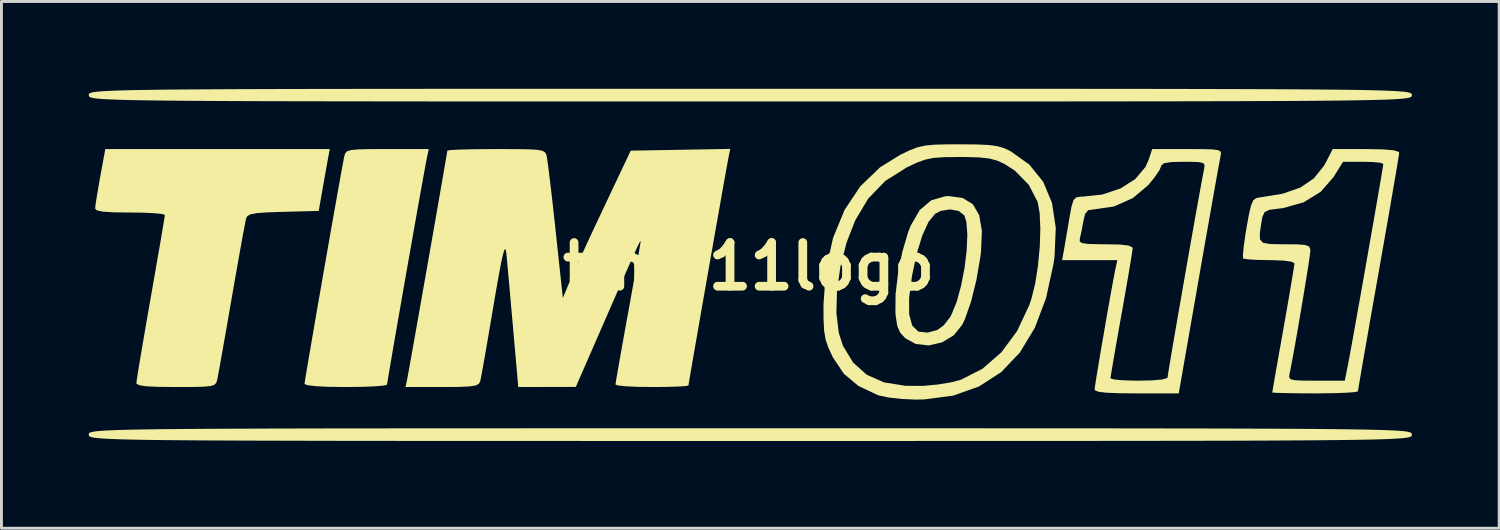
<source format=kicad_pcb>
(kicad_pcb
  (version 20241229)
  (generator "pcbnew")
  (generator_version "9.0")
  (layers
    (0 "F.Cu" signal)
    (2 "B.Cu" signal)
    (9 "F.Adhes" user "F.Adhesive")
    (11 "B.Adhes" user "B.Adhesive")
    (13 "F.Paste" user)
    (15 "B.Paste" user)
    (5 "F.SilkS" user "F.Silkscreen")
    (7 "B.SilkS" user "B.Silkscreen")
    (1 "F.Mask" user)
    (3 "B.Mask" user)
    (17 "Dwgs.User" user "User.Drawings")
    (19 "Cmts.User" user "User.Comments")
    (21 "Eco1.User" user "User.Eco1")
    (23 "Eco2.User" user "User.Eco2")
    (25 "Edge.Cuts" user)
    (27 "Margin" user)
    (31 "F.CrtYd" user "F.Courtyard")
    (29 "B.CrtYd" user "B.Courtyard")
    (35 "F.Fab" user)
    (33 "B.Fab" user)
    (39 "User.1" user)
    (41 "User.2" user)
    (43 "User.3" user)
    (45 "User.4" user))
  (footprint "tim011logo"
    (layer "F.Cu")
    (at 22.675 6.105)
    (property "Reference" "tim011logo" (at 0 0 0) (layer "F.SilkS") (effects (font (size 1.5 1.5) (thickness 0.3))))
    (attr board_only exclude_from_pos_files exclude_from_bom)
    (fp_poly (pts (xy -11.058 -3.734) (xy -11.094 -3.545) (xy -11.161 -3.181) (xy -11.253 -2.671) (xy -11.365 -2.046) (xy -11.491 -1.335) (xy -11.627 -0.567) (xy -11.767 0.228) (xy -11.906 1.02) (xy -12.038 1.779) (xy -12.16 2.477) (xy -12.264 3.083) (xy -12.347 3.568) (xy -12.403 3.902) (xy -12.427 4.055) (xy -12.427 4.061) (xy -12.53 4.091) (xy -12.81 4.116) (xy -13.226 4.134) (xy -13.74 4.142) (xy -13.845 4.142) (xy -14.442 4.135) (xy -14.893 4.112) (xy -15.175 4.076) (xy -15.262 4.035) (xy -15.244 3.908) (xy -15.193 3.596) (xy -15.114 3.128) (xy -15.012 2.536) (xy -14.894 1.847) (xy -14.763 1.092) (xy -14.625 0.3) (xy -14.485 -0.498) (xy -14.349 -1.274) (xy -14.221 -1.997) (xy -14.107 -2.638) (xy -14.012 -3.167) (xy -13.941 -3.554) (xy -13.899 -3.771) (xy -13.896 -3.788) (xy -13.864 -3.888) (xy -13.8 -3.956) (xy -13.665 -3.999) (xy -13.424 -4.022) (xy -13.042 -4.032) (xy -12.481 -4.033) (xy -12.417 -4.033) (xy -10.993 -4.033)) (stroke (width 0) (type solid)) (fill yes) (layer "F.SilkS"))
    (fp_poly (pts (xy 7.35 -2.353) (xy 7.7 -2.137) (xy 7.918 -1.763) (xy 8.011 -1.222) (xy 7.98 -0.507) (xy 7.958 -0.329) (xy 7.819 0.48) (xy 7.637 1.211) (xy 7.428 1.807) (xy 7.341 1.994) (xy 7.046 2.364) (xy 6.641 2.609) (xy 6.184 2.713) (xy 5.735 2.662) (xy 5.383 2.469) (xy 5.204 2.278) (xy 5.102 2.043) (xy 5.048 1.688) (xy 5.039 1.566) (xy 5.044 1.081) (xy 5.51 1.081) (xy 5.512 1.647) (xy 5.616 2.031) (xy 5.825 2.237) (xy 6.143 2.273) (xy 6.475 2.185) (xy 6.698 2.023) (xy 6.914 1.749) (xy 6.963 1.661) (xy 7.145 1.212) (xy 7.297 0.659) (xy 7.414 0.054) (xy 7.487 -0.548) (xy 7.511 -1.092) (xy 7.478 -1.526) (xy 7.409 -1.751) (xy 7.217 -1.906) (xy 6.916 -1.96) (xy 6.593 -1.909) (xy 6.405 -1.811) (xy 6.178 -1.533) (xy 5.963 -1.064) (xy 5.769 -0.434) (xy 5.609 0.326) (xy 5.51 1.081) (xy 5.044 1.081) (xy 5.045 0.956) (xy 5.129 0.239) (xy 5.276 -0.496) (xy 5.47 -1.161) (xy 5.566 -1.408) (xy 5.876 -1.939) (xy 6.267 -2.271) (xy 6.749 -2.412) (xy 6.866 -2.418)) (stroke (width 0) (type solid)) (fill yes) (layer "F.SilkS"))
    (fp_poly (pts (xy -14.451 -3.734) (xy -14.498 -3.473) (xy -14.567 -3.085) (xy -14.64 -2.671) (xy -14.774 -1.908) (xy -15.993 -1.877) (xy -16.534 -1.859) (xy -16.894 -1.833) (xy -17.112 -1.793) (xy -17.225 -1.732) (xy -17.267 -1.659) (xy -17.3 -1.502) (xy -17.365 -1.163) (xy -17.454 -0.673) (xy -17.562 -0.066) (xy -17.684 0.627) (xy -17.765 1.09) (xy -17.892 1.824) (xy -18.01 2.496) (xy -18.112 3.074) (xy -18.193 3.525) (xy -18.246 3.814) (xy -18.263 3.897) (xy -18.295 3.999) (xy -18.362 4.068) (xy -18.501 4.11) (xy -18.749 4.132) (xy -19.143 4.141) (xy -19.679 4.142) (xy -20.283 4.136) (xy -20.693 4.117) (xy -20.936 4.081) (xy -21.034 4.027) (xy -21.039 4.006) (xy -21.021 3.866) (xy -20.97 3.541) (xy -20.89 3.061) (xy -20.787 2.457) (xy -20.667 1.759) (xy -20.55 1.09) (xy -20.418 0.338) (xy -20.3 -0.344) (xy -20.199 -0.925) (xy -20.123 -1.377) (xy -20.075 -1.669) (xy -20.06 -1.771) (xy -20.161 -1.804) (xy -20.436 -1.831) (xy -20.841 -1.848) (xy -21.258 -1.853) (xy -21.821 -1.86) (xy -22.193 -1.884) (xy -22.396 -1.927) (xy -22.457 -1.989) (xy -22.438 -2.153) (xy -22.388 -2.473) (xy -22.316 -2.892) (xy -22.282 -3.08) (xy -22.107 -4.033) (xy -18.251 -4.033) (xy -14.395 -4.033)) (stroke (width 0) (type solid)) (fill yes) (layer "F.SilkS"))
    (fp_poly (pts (xy 7.83 -4.192) (xy 8.245 -4.173) (xy 8.544 -4.132) (xy 8.778 -4.064) (xy 8.994 -3.961) (xy 9.642 -3.499) (xy 10.117 -2.908) (xy 10.419 -2.185) (xy 10.549 -1.33) (xy 10.507 -0.342) (xy 10.475 -0.109) (xy 10.215 1.088) (xy 9.827 2.111) (xy 9.313 2.959) (xy 8.674 3.63) (xy 7.911 4.123) (xy 7.026 4.437) (xy 6.02 4.569) (xy 5.739 4.574) (xy 5.258 4.553) (xy 4.805 4.502) (xy 4.47 4.432) (xy 4.437 4.421) (xy 3.769 4.106) (xy 3.266 3.684) (xy 2.89 3.121) (xy 2.872 3.085) (xy 2.73 2.776) (xy 2.64 2.506) (xy 2.59 2.208) (xy 2.57 1.82) (xy 2.569 1.6) (xy 3.012 1.6) (xy 3.094 2.282) (xy 3.236 2.725) (xy 3.589 3.304) (xy 4.054 3.72) (xy 4.648 3.983) (xy 5.388 4.101) (xy 5.996 4.102) (xy 6.476 4.058) (xy 6.942 3.983) (xy 7.283 3.895) (xy 8.028 3.516) (xy 8.679 2.951) (xy 9.22 2.219) (xy 9.635 1.336) (xy 9.713 1.106) (xy 9.842 0.588) (xy 9.938 -0.028) (xy 9.999 -0.679) (xy 10.019 -1.304) (xy 9.995 -1.84) (xy 9.924 -2.222) (xy 9.621 -2.806) (xy 9.141 -3.294) (xy 8.789 -3.52) (xy 8.537 -3.636) (xy 8.267 -3.709) (xy 7.918 -3.747) (xy 7.431 -3.76) (xy 7.247 -3.761) (xy 6.728 -3.755) (xy 6.355 -3.73) (xy 6.057 -3.669) (xy 5.762 -3.561) (xy 5.426 -3.402) (xy 4.688 -2.936) (xy 4.104 -2.331) (xy 3.659 -1.585) (xy 3.361 -0.822) (xy 3.151 -0.003) (xy 3.033 0.821) (xy 3.012 1.6) (xy 2.569 1.6) (xy 2.568 1.308) (xy 2.655 0.098) (xy 2.899 -0.989) (xy 3.293 -1.943) (xy 3.832 -2.752) (xy 4.511 -3.406) (xy 5.21 -3.839) (xy 5.53 -3.991) (xy 5.794 -4.093) (xy 6.059 -4.154) (xy 6.385 -4.185) (xy 6.83 -4.196) (xy 7.247 -4.197)) (stroke (width 0) (type solid)) (fill yes) (layer "F.SilkS"))
    (fp_poly (pts (xy 2.673 -6.105) (xy 5.083 -6.105) (xy 7.292 -6.104) (xy 9.309 -6.104) (xy 11.143 -6.103) (xy 12.802 -6.102) (xy 14.296 -6.1) (xy 15.633 -6.097) (xy 16.821 -6.094) (xy 17.87 -6.09) (xy 18.788 -6.086) (xy 19.584 -6.08) (xy 20.267 -6.074) (xy 20.845 -6.066) (xy 21.327 -6.057) (xy 21.721 -6.047) (xy 22.037 -6.035) (xy 22.283 -6.022) (xy 22.468 -6.008) (xy 22.601 -5.992) (xy 22.69 -5.974) (xy 22.744 -5.955) (xy 22.772 -5.933) (xy 22.782 -5.91) (xy 22.784 -5.887) (xy 22.782 -5.862) (xy 22.771 -5.838) (xy 22.741 -5.817) (xy 22.685 -5.798) (xy 22.593 -5.78) (xy 22.457 -5.764) (xy 22.268 -5.75) (xy 22.017 -5.737) (xy 21.696 -5.726) (xy 21.296 -5.716) (xy 20.807 -5.707) (xy 20.223 -5.699) (xy 19.532 -5.693) (xy 18.728 -5.687) (xy 17.801 -5.683) (xy 16.743 -5.679) (xy 15.544 -5.676) (xy 14.197 -5.673) (xy 12.692 -5.672) (xy 11.02 -5.67) (xy 9.174 -5.67) (xy 7.143 -5.669) (xy 4.921 -5.669) (xy 2.497 -5.669) (xy 0.055 -5.669) (xy -2.564 -5.669) (xy -4.974 -5.669) (xy -7.183 -5.669) (xy -9.2 -5.67) (xy -11.034 -5.67) (xy -12.693 -5.672) (xy -14.187 -5.674) (xy -15.524 -5.676) (xy -16.712 -5.679) (xy -17.761 -5.683) (xy -18.679 -5.688) (xy -19.475 -5.693) (xy -20.158 -5.7) (xy -20.736 -5.708) (xy -21.218 -5.716) (xy -21.612 -5.727) (xy -21.928 -5.738) (xy -22.174 -5.751) (xy -22.359 -5.765) (xy -22.492 -5.782) (xy -22.581 -5.799) (xy -22.635 -5.819) (xy -22.663 -5.84) (xy -22.673 -5.863) (xy -22.675 -5.887) (xy -22.673 -5.912) (xy -22.662 -5.935) (xy -22.632 -5.956) (xy -22.576 -5.975) (xy -22.484 -5.993) (xy -22.348 -6.009) (xy -22.159 -6.023) (xy -21.908 -6.036) (xy -21.587 -6.048) (xy -21.187 -6.058) (xy -20.698 -6.066) (xy -20.114 -6.074) (xy -19.423 -6.081) (xy -18.619 -6.086) (xy -17.692 -6.091) (xy -16.634 -6.095) (xy -15.435 -6.098) (xy -14.088 -6.1) (xy -12.583 -6.102) (xy -10.911 -6.103) (xy -9.065 -6.104) (xy -7.034 -6.104) (xy -4.812 -6.105) (xy -2.388 -6.105) (xy 0.055 -6.105)) (stroke (width 0) (type solid)) (fill yes) (layer "F.SilkS"))
    (fp_poly (pts (xy 2.673 5.56) (xy 5.083 5.56) (xy 7.292 5.56) (xy 9.309 5.561) (xy 11.143 5.561) (xy 12.802 5.563) (xy 14.296 5.565) (xy 15.633 5.567) (xy 16.821 5.57) (xy 17.87 5.574) (xy 18.788 5.579) (xy 19.584 5.584) (xy 20.267 5.591) (xy 20.845 5.599) (xy 21.327 5.607) (xy 21.721 5.618) (xy 22.037 5.629) (xy 22.283 5.642) (xy 22.468 5.656) (xy 22.601 5.672) (xy 22.69 5.69) (xy 22.744 5.71) (xy 22.772 5.731) (xy 22.782 5.754) (xy 22.784 5.778) (xy 22.782 5.803) (xy 22.771 5.826) (xy 22.741 5.847) (xy 22.685 5.866) (xy 22.593 5.884) (xy 22.457 5.9) (xy 22.268 5.914) (xy 22.017 5.927) (xy 21.696 5.939) (xy 21.296 5.949) (xy 20.807 5.957) (xy 20.223 5.965) (xy 19.532 5.972) (xy 18.728 5.977) (xy 17.801 5.982) (xy 16.743 5.986) (xy 15.544 5.989) (xy 14.197 5.991) (xy 12.692 5.993) (xy 11.02 5.994) (xy 9.174 5.995) (xy 7.143 5.995) (xy 4.921 5.996) (xy 2.497 5.996) (xy 0.055 5.996) (xy -2.564 5.996) (xy -4.974 5.996) (xy -7.183 5.995) (xy -9.2 5.995) (xy -11.034 5.994) (xy -12.693 5.993) (xy -14.187 5.991) (xy -15.524 5.988) (xy -16.712 5.985) (xy -17.761 5.981) (xy -18.679 5.977) (xy -19.475 5.971) (xy -20.158 5.965) (xy -20.736 5.957) (xy -21.218 5.948) (xy -21.612 5.938) (xy -21.928 5.926) (xy -22.174 5.913) (xy -22.359 5.899) (xy -22.492 5.883) (xy -22.581 5.865) (xy -22.635 5.846) (xy -22.663 5.824) (xy -22.673 5.801) (xy -22.675 5.778) (xy -22.673 5.753) (xy -22.662 5.729) (xy -22.632 5.708) (xy -22.576 5.689) (xy -22.484 5.671) (xy -22.348 5.655) (xy -22.159 5.641) (xy -21.908 5.628) (xy -21.587 5.617) (xy -21.187 5.607) (xy -20.698 5.598) (xy -20.114 5.59) (xy -19.423 5.584) (xy -18.619 5.578) (xy -17.692 5.574) (xy -16.634 5.57) (xy -15.435 5.567) (xy -14.088 5.564) (xy -12.583 5.563) (xy -10.911 5.561) (xy -9.065 5.561) (xy -7.034 5.56) (xy -4.812 5.56) (xy -2.388 5.56) (xy 0.055 5.56)) (stroke (width 0) (type solid)) (fill yes) (layer "F.SilkS"))
    (fp_poly (pts (xy 15.588 -4.032) (xy 15.93 -4.022) (xy 16.126 -3.997) (xy 16.213 -3.948) (xy 16.226 -3.867) (xy 16.21 -3.788) (xy 16.179 -3.627) (xy 16.115 -3.277) (xy 16.023 -2.764) (xy 15.908 -2.113) (xy 15.773 -1.35) (xy 15.623 -0.5) (xy 15.464 0.409) (xy 14.774 4.361) (xy 13.328 4.361) (xy 12.704 4.355) (xy 12.274 4.337) (xy 12.012 4.304) (xy 11.896 4.254) (xy 11.884 4.224) (xy 11.902 4.081) (xy 11.952 3.764) (xy 12.026 3.317) (xy 12.116 2.781) (xy 12.217 2.197) (xy 12.319 1.608) (xy 12.417 1.055) (xy 12.503 0.58) (xy 12.57 0.225) (xy 12.599 0.082) (xy 12.663 -0.218) (xy 11.715 -0.218) (xy 10.768 -0.218) (xy 10.831 -0.572) (xy 10.881 -0.861) (xy 11.371 -0.861) (xy 11.446 -0.805) (xy 11.641 -0.775) (xy 11.993 -0.764) (xy 12.257 -0.763) (xy 12.749 -0.753) (xy 13.049 -0.719) (xy 13.18 -0.658) (xy 13.19 -0.627) (xy 13.172 -0.482) (xy 13.12 -0.157) (xy 13.041 0.312) (xy 12.941 0.89) (xy 12.826 1.543) (xy 12.809 1.635) (xy 12.692 2.291) (xy 12.59 2.873) (xy 12.508 3.347) (xy 12.452 3.679) (xy 12.428 3.836) (xy 12.428 3.843) (xy 12.529 3.879) (xy 12.799 3.907) (xy 13.19 3.922) (xy 13.409 3.924) (xy 13.879 3.913) (xy 14.215 3.881) (xy 14.379 3.833) (xy 14.39 3.815) (xy 14.408 3.686) (xy 14.459 3.373) (xy 14.538 2.908) (xy 14.638 2.322) (xy 14.755 1.645) (xy 14.883 0.91) (xy 15.017 0.146) (xy 15.15 -0.614) (xy 15.279 -1.341) (xy 15.396 -2.002) (xy 15.498 -2.566) (xy 15.578 -3.003) (xy 15.631 -3.281) (xy 15.645 -3.352) (xy 15.663 -3.48) (xy 15.612 -3.553) (xy 15.449 -3.587) (xy 15.131 -3.597) (xy 14.937 -3.597) (xy 14.51 -3.586) (xy 14.267 -3.546) (xy 14.175 -3.473) (xy 14.172 -3.449) (xy 14.104 -3.294) (xy 13.927 -3.04) (xy 13.728 -2.797) (xy 13.195 -2.349) (xy 12.55 -2.061) (xy 11.868 -1.962) (xy 11.662 -1.934) (xy 11.556 -1.806) (xy 11.496 -1.553) (xy 11.437 -1.231) (xy 11.381 -0.977) (xy 11.375 -0.954) (xy 11.371 -0.861) (xy 10.881 -0.861) (xy 10.882 -0.867) (xy 10.953 -1.281) (xy 11.017 -1.662) (xy 11.088 -2.051) (xy 11.155 -2.271) (xy 11.245 -2.371) (xy 11.386 -2.397) (xy 11.452 -2.398) (xy 12.153 -2.472) (xy 12.774 -2.68) (xy 13.278 -3.002) (xy 13.63 -3.418) (xy 13.737 -3.657) (xy 13.862 -4.033) (xy 15.064 -4.033)) (stroke (width 0) (type solid)) (fill yes) (layer "F.SilkS"))
    (fp_poly (pts (xy -0.697 -3.737) (xy -0.732 -3.549) (xy -0.797 -3.188) (xy -0.888 -2.681) (xy -0.998 -2.058) (xy -1.124 -1.349) (xy -1.259 -0.582) (xy -1.399 0.212) (xy -1.538 1.004) (xy -1.671 1.765) (xy -1.793 2.466) (xy -1.9 3.078) (xy -1.985 3.57) (xy -2.043 3.913) (xy -2.07 4.079) (xy -2.071 4.089) (xy -2.173 4.11) (xy -2.45 4.127) (xy -2.859 4.139) (xy -3.325 4.142) (xy -3.818 4.136) (xy -4.221 4.117) (xy -4.488 4.089) (xy -4.579 4.058) (xy -4.56 3.93) (xy -4.507 3.62) (xy -4.426 3.159) (xy -4.323 2.579) (xy -4.203 1.912) (xy -4.142 1.581) (xy -4.017 0.886) (xy -3.906 0.266) (xy -3.815 -0.249) (xy -3.75 -0.627) (xy -3.716 -0.837) (xy -3.713 -0.869) (xy -3.725 -0.867) (xy -3.763 -0.802) (xy -3.835 -0.655) (xy -3.949 -0.406) (xy -4.114 -0.036) (xy -4.338 0.472) (xy -4.631 1.138) (xy -4.999 1.981) (xy -5.097 2.205) (xy -5.941 4.138) (xy -6.929 4.14) (xy -7.918 4.142) (xy -8.108 1.989) (xy -8.169 1.31) (xy -8.224 0.69) (xy -8.271 0.169) (xy -8.305 -0.216) (xy -8.325 -0.426) (xy -8.326 -0.436) (xy -8.348 -0.574) (xy -8.379 -0.598) (xy -8.423 -0.491) (xy -8.485 -0.235) (xy -8.567 0.184) (xy -8.674 0.785) (xy -8.81 1.582) (xy -8.828 1.69) (xy -8.939 2.346) (xy -9.041 2.938) (xy -9.127 3.426) (xy -9.192 3.776) (xy -9.227 3.949) (xy -9.228 3.952) (xy -9.275 4.035) (xy -9.385 4.09) (xy -9.596 4.122) (xy -9.947 4.138) (xy -10.474 4.142) (xy -10.536 4.142) (xy -11.791 4.142) (xy -11.73 3.843) (xy -11.695 3.656) (xy -11.63 3.294) (xy -11.539 2.787) (xy -11.429 2.165) (xy -11.303 1.456) (xy -11.168 0.689) (xy -11.028 -0.105) (xy -10.889 -0.897) (xy -10.756 -1.658) (xy -10.634 -2.359) (xy -10.528 -2.97) (xy -10.443 -3.461) (xy -10.384 -3.805) (xy -10.357 -3.97) (xy -10.356 -3.98) (xy -10.253 -3.998) (xy -9.97 -4.014) (xy -9.543 -4.026) (xy -9.009 -4.032) (xy -8.678 -4.033) (xy -8.041 -4.032) (xy -7.588 -4.026) (xy -7.287 -4.01) (xy -7.104 -3.979) (xy -7.006 -3.929) (xy -6.96 -3.855) (xy -6.942 -3.788) (xy -6.913 -3.609) (xy -6.866 -3.25) (xy -6.805 -2.746) (xy -6.734 -2.132) (xy -6.658 -1.447) (xy -6.635 -1.23) (xy -6.387 1.083) (xy -6.149 0.514) (xy -6.027 0.236) (xy -5.831 -0.197) (xy -5.58 -0.743) (xy -5.293 -1.36) (xy -4.989 -2.005) (xy -4.983 -2.017) (xy -4.055 -3.979) (xy -2.345 -4.009) (xy -0.636 -4.039)) (stroke (width 0) (type solid)) (fill yes) (layer "F.SilkS"))
    (fp_poly (pts (xy 21.784 -4.023) (xy 22.155 -3.992) (xy 22.33 -3.939) (xy 22.348 -3.909) (xy 22.329 -3.776) (xy 22.277 -3.454) (xy 22.194 -2.966) (xy 22.086 -2.337) (xy 21.957 -1.591) (xy 21.81 -0.753) (xy 21.651 0.152) (xy 21.639 0.218) (xy 21.479 1.125) (xy 21.331 1.963) (xy 21.201 2.709) (xy 21.091 3.338) (xy 21.007 3.828) (xy 20.952 4.152) (xy 20.931 4.288) (xy 20.93 4.29) (xy 20.828 4.316) (xy 20.547 4.337) (xy 20.128 4.353) (xy 19.61 4.36) (xy 19.459 4.361) (xy 18.921 4.358) (xy 18.471 4.352) (xy 18.149 4.343) (xy 17.995 4.332) (xy 17.987 4.329) (xy 18.005 4.217) (xy 18.056 3.923) (xy 18.133 3.48) (xy 18.232 2.921) (xy 18.346 2.277) (xy 18.369 2.149) (xy 18.485 1.487) (xy 18.587 0.898) (xy 18.669 0.414) (xy 18.725 0.07) (xy 18.75 -0.1) (xy 18.75 -0.109) (xy 18.648 -0.163) (xy 18.37 -0.202) (xy 17.958 -0.218) (xy 17.896 -0.218) (xy 17.487 -0.225) (xy 17.168 -0.243) (xy 16.998 -0.268) (xy 16.986 -0.274) (xy 16.979 -0.399) (xy 17.007 -0.688) (xy 17.063 -1.091) (xy 17.075 -1.164) (xy 17.561 -1.164) (xy 17.563 -0.934) (xy 17.664 -0.815) (xy 17.9 -0.77) (xy 18.309 -0.763) (xy 18.423 -0.763) (xy 18.857 -0.759) (xy 19.117 -0.738) (xy 19.247 -0.69) (xy 19.292 -0.603) (xy 19.295 -0.539) (xy 19.277 -0.376) (xy 19.228 -0.04) (xy 19.154 0.425) (xy 19.063 0.978) (xy 18.963 1.576) (xy 18.86 2.177) (xy 18.761 2.739) (xy 18.673 3.218) (xy 18.605 3.573) (xy 18.582 3.679) (xy 18.566 3.796) (xy 18.606 3.868) (xy 18.742 3.906) (xy 19.014 3.922) (xy 19.462 3.924) (xy 19.503 3.924) (xy 20.479 3.924) (xy 20.593 3.352) (xy 20.642 3.091) (xy 20.719 2.67) (xy 20.818 2.12) (xy 20.934 1.473) (xy 21.061 0.76) (xy 21.193 0.013) (xy 21.324 -0.736) (xy 21.451 -1.457) (xy 21.566 -2.117) (xy 21.664 -2.686) (xy 21.74 -3.132) (xy 21.788 -3.422) (xy 21.803 -3.525) (xy 21.703 -3.562) (xy 21.444 -3.588) (xy 21.11 -3.597) (xy 20.418 -3.597) (xy 20.09 -3.069) (xy 19.651 -2.565) (xy 19.066 -2.205) (xy 18.362 -2.006) (xy 18.201 -1.986) (xy 17.887 -1.946) (xy 17.725 -1.869) (xy 17.65 -1.707) (xy 17.619 -1.541) (xy 17.561 -1.164) (xy 17.075 -1.164) (xy 17.104 -1.337) (xy 17.19 -1.809) (xy 17.261 -2.107) (xy 17.334 -2.272) (xy 17.429 -2.347) (xy 17.551 -2.371) (xy 18.339 -2.498) (xy 18.951 -2.711) (xy 19.416 -3.026) (xy 19.763 -3.459) (xy 19.847 -3.611) (xy 20.063 -4.033) (xy 21.205 -4.033)) (stroke (width 0) (type solid)) (fill yes) (layer "F.SilkS")))
  (gr_rect
    (start -3 -3)
    (end 48.458 15.1)
    (stroke (width 0.1) (type default))
    (fill no)
    (layer "Edge.Cuts")))
</source>
